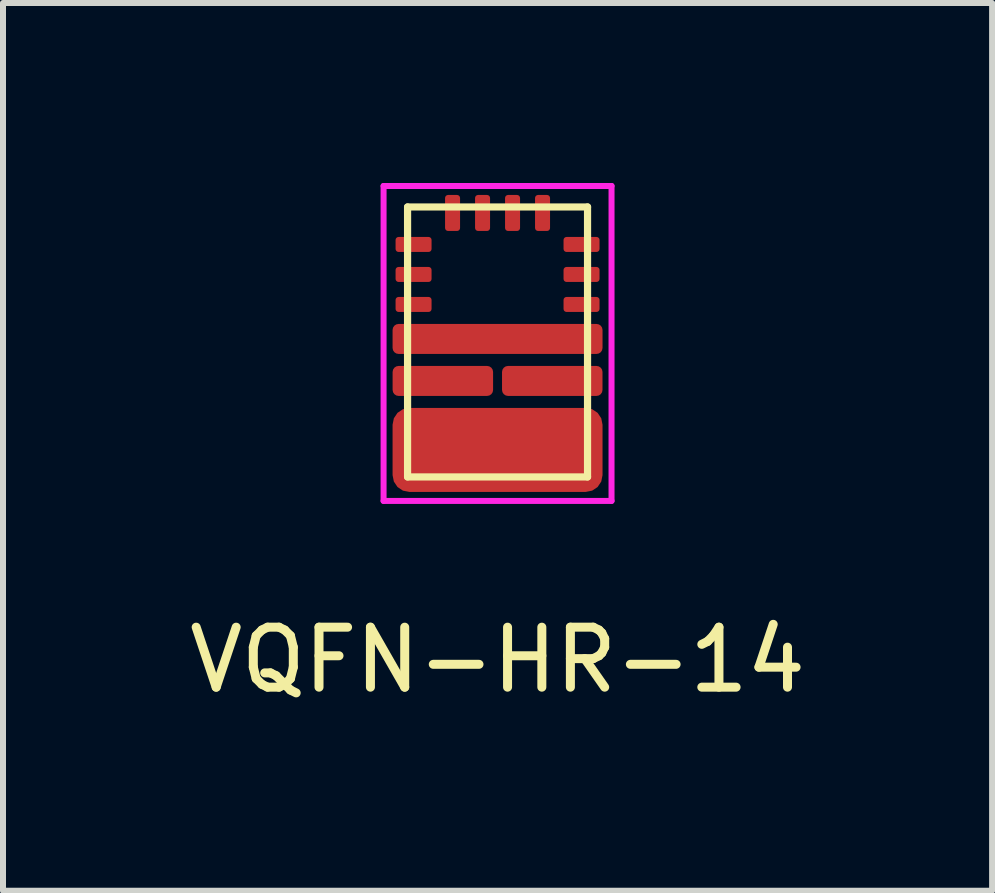
<source format=kicad_pcb>
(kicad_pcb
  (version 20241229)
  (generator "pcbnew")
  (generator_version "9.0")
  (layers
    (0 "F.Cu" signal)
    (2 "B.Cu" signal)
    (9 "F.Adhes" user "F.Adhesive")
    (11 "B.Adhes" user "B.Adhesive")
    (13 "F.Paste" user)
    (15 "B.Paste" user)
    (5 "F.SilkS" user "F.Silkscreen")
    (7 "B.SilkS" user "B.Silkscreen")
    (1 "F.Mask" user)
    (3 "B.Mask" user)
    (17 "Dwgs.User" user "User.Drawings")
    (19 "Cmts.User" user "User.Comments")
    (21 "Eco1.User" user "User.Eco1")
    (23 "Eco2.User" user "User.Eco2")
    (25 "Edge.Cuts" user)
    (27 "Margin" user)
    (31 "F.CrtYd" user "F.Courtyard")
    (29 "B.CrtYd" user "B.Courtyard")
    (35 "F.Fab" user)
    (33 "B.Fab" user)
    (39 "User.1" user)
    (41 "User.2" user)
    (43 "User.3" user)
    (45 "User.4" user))
  (footprint "VQFN-HR-14"
    (layer "F.Cu")
    (at 5.244 2.65)
    (property "Reference" "VQFN-HR-14" (at 0 5.3 0) (layer "F.SilkS") (effects (font (size 1 1) (thickness 0.15))))
    (attr through_hole)
    (fp_line (start -1.5 -2.25) (end 1.5 -2.25) (stroke (width 0.12) (type solid)) (layer "F.SilkS"))
    (fp_line (start -1.5 2.25) (end -1.5 -2.25) (stroke (width 0.12) (type solid)) (layer "F.SilkS"))
    (fp_line (start -1.5 2.25) (end 1.5 2.25) (stroke (width 0.12) (type solid)) (layer "F.SilkS"))
    (fp_line (start 1.5 -2.25) (end 1.5 2.25) (stroke (width 0.12) (type solid)) (layer "F.SilkS"))
    (fp_line (start -1.9 -2.6) (end -1.9 2.65) (stroke (width 0.1) (type solid)) (layer "F.CrtYd"))
    (fp_line (start -1.9 -2.6) (end 1.9 -2.6) (stroke (width 0.1) (type solid)) (layer "F.CrtYd"))
    (fp_line (start -1.9 2.65) (end 1.9 2.65) (stroke (width 0.1) (type solid)) (layer "F.CrtYd"))
    (fp_line (start 1.9 -2.6) (end 1.9 2.65) (stroke (width 0.1) (type solid)) (layer "F.CrtYd"))
    (pad "" smd roundrect (at -1.4 -0.05) (size 0.6 0.25) (layers "F.Mask" "F.Paste") (roundrect_rratio 0.2))
    (pad "" smd roundrect (at -1.4 0.65) (size 0.6 0.25) (layers "F.Mask" "F.Paste") (roundrect_rratio 0.2))
    (pad "" smd roundrect (at -1.4 1.35) (size 0.6 0.25) (layers "F.Mask" "F.Paste") (roundrect_rratio 0.2))
    (pad "" smd roundrect (at -0.75 1.8) (size 0.25 1.3) (layers "F.Mask" "F.Paste") (roundrect_rratio 0.2))
    (pad "" smd rect (at -0.738 0.65) (size 1.225 0.4) (layers "F.Mask" "F.Paste"))
    (pad "" smd roundrect (at -0.25 1.8) (size 0.25 1.3) (layers "F.Mask" "F.Paste") (roundrect_rratio 0.2))
    (pad "" smd rect (at 0 -0.05) (size 2.7 0.4) (layers "F.Mask" "F.Paste"))
    (pad "" smd rect (at 0 1.35) (size 2.7 0.4) (layers "F.Mask" "F.Paste"))
    (pad "" smd roundrect (at 0.25 1.8) (size 0.25 1.3) (layers "F.Mask" "F.Paste") (roundrect_rratio 0.2))
    (pad "" smd rect (at 0.738 0.65) (size 1.225 0.4) (layers "F.Mask" "F.Paste"))
    (pad "" smd roundrect (at 0.75 1.8) (size 0.25 1.3) (layers "F.Mask" "F.Paste") (roundrect_rratio 0.2))
    (pad "" smd roundrect (at 1.4 -0.05) (size 0.6 0.25) (layers "F.Mask" "F.Paste") (roundrect_rratio 0.2))
    (pad "" smd roundrect (at 1.4 0.65) (size 0.6 0.25) (layers "F.Mask" "F.Paste") (roundrect_rratio 0.2))
    (pad "" smd roundrect (at 1.4 1.35) (size 0.6 0.25) (layers "F.Mask" "F.Paste") (roundrect_rratio 0.2))
    (pad "1" smd roundrect (at -1.4 -1.625) (size 0.6 0.25) (layers "F.Cu" "F.Mask" "F.Paste") (roundrect_rratio 0.2))
    (pad "2" smd roundrect (at -1.4 -1.125) (size 0.6 0.25) (layers "F.Cu" "F.Mask" "F.Paste") (roundrect_rratio 0.2))
    (pad "3" smd roundrect (at -1.4 -0.625) (size 0.6 0.25) (layers "F.Cu" "F.Mask" "F.Paste") (roundrect_rratio 0.2))
    (pad "4" smd roundrect (at 0 -0.05) (size 3.5 0.5) (layers "F.Cu") (roundrect_rratio 0.2))
    (pad "5" smd roundrect (at -0.912 0.65) (size 1.675 0.5) (layers "F.Cu") (roundrect_rratio 0.2))
    (pad "6" smd roundrect (at 0 1.8) (size 3.5 1.4) (layers "F.Cu") (roundrect_rratio 0.2))
    (pad "7" smd roundrect (at 0.912 0.65) (size 1.675 0.5) (layers "F.Cu") (roundrect_rratio 0.2))
    (pad "8" smd roundrect (at 1.4 -0.625) (size 0.6 0.25) (layers "F.Cu" "F.Mask" "F.Paste") (roundrect_rratio 0.2))
    (pad "9" smd roundrect (at 1.4 -1.125) (size 0.6 0.25) (layers "F.Cu" "F.Mask" "F.Paste") (roundrect_rratio 0.2))
    (pad "10" smd roundrect (at 1.4 -1.625) (size 0.6 0.25) (layers "F.Cu" "F.Mask" "F.Paste") (roundrect_rratio 0.2))
    (pad "11" smd roundrect (at 0.75 -2.15) (size 0.25 0.6) (layers "F.Cu" "F.Mask" "F.Paste") (roundrect_rratio 0.2))
    (pad "12" smd roundrect (at 0.25 -2.15) (size 0.25 0.6) (layers "F.Cu" "F.Mask" "F.Paste") (roundrect_rratio 0.2))
    (pad "13" smd roundrect (at -0.25 -2.15) (size 0.25 0.6) (layers "F.Cu" "F.Mask" "F.Paste") (roundrect_rratio 0.2))
    (pad "14" smd roundrect (at -0.75 -2.15) (size 0.25 0.6) (layers "F.Cu" "F.Mask" "F.Paste") (roundrect_rratio 0.2)))
  (gr_rect
    (start -3 -3)
    (end 13.488 11.798)
    (stroke (width 0.1) (type default))
    (fill no)
    (layer "Edge.Cuts")))
</source>
